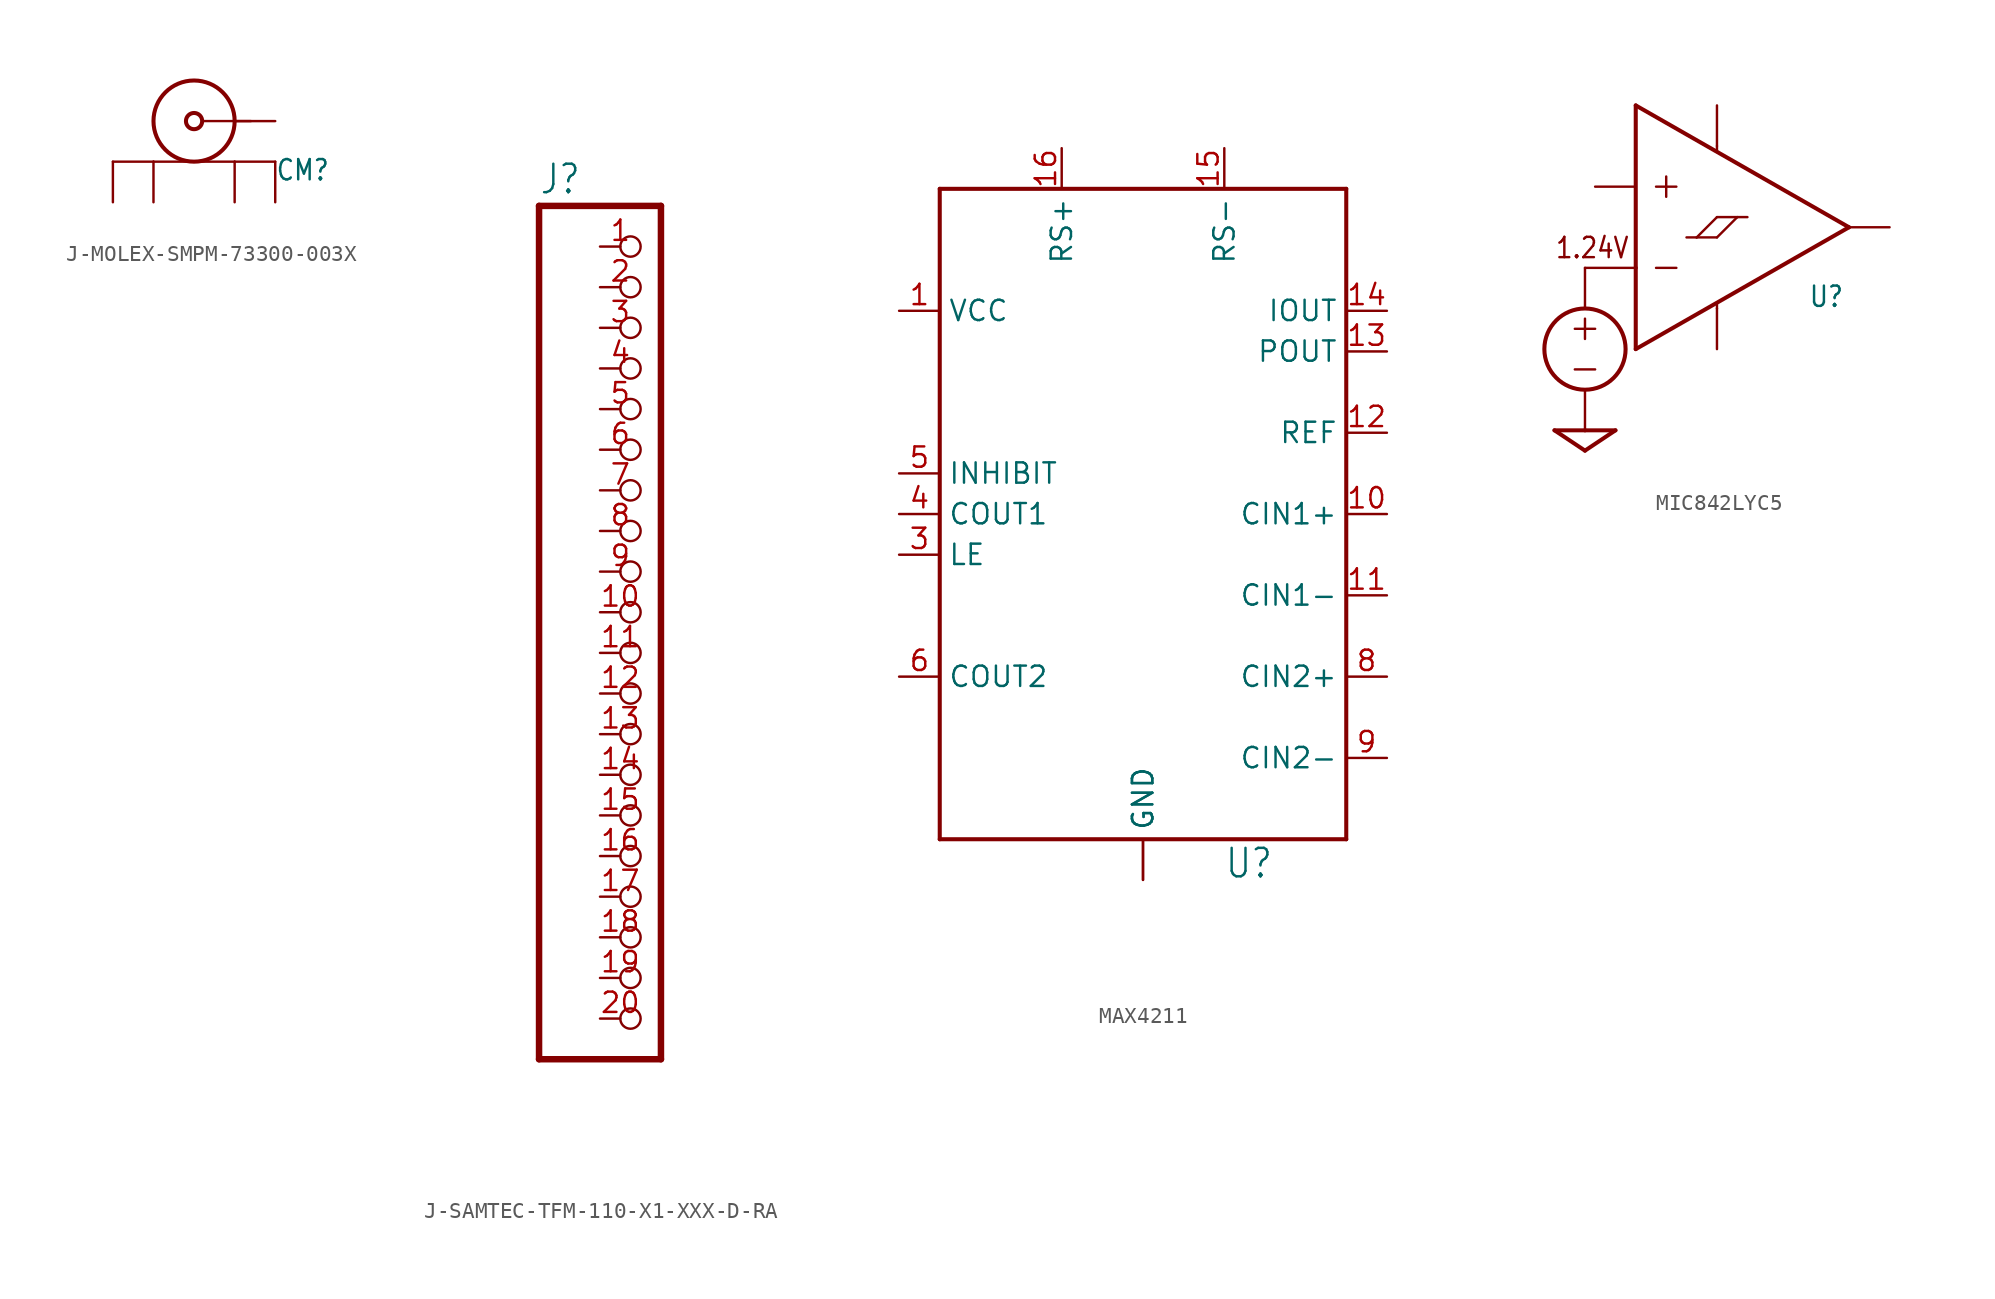
<source format=kicad_sym>
(kicad_symbol_lib
  (version 20220914)
  (generator kicad_symbol_editor)
  (symbol "J-MOLEX-SMPM-73300-003X"
    (property "Reference" "CM"
      (at 5.08 -3.81 0)
      (effects (font (size 1.27 1.079)) (justify left bottom)))
    (property "Value" ""
      (at 5.08 -6.35 0)
      (effects (font (size 1.27 1.079)) (justify left bottom)))
    (property "ki_locked" ""
      (at 0 0 0)
      (effects (font (size 1.27 1.27))))
    (symbol "J-MOLEX-SMPM-73300-003X_1_0"
      (polyline (pts (xy -5.08 -2.54) (xy -2.54 -2.54)) (stroke (width 0.152) (type solid)) (fill (type none)))
      (polyline (pts (xy -2.54 -2.54) (xy 2.54 -2.54)) (stroke (width 0.152) (type solid)) (fill (type none)))
      (polyline (pts (xy 0.508 0) (xy 3.556 0)) (stroke (width 0.152) (type solid)) (fill (type none)))
      (polyline (pts (xy 5.08 -2.54) (xy 2.54 -2.54)) (stroke (width 0.152) (type solid)) (fill (type none)))
      (circle (center 0 0) (radius 0.508) (stroke (width 0.254) (type solid)) (fill (type none)))
      (circle (center 0 0) (radius 2.54) (stroke (width 0.254) (type solid)) (fill (type none)))
      (pin passive line (at -5.08 -5.08 90) (length 2.54) (name "SHIELD3" (effects (font (size 0 0)))) (number "P$1" (effects (font (size 0 0)))))
      (pin passive line (at 5.08 -5.08 90) (length 2.54) (name "SHIELD2" (effects (font (size 0 0)))) (number "P$2" (effects (font (size 0 0)))))
      (pin passive line (at -2.54 -5.08 90) (length 2.54) (name "SHIELD1" (effects (font (size 0 0)))) (number "P$3" (effects (font (size 0 0)))))
      (pin passive line (at 2.54 -5.08 90) (length 2.54) (name "SHIELD" (effects (font (size 0 0)))) (number "P$4" (effects (font (size 0 0)))))
      (pin passive line (at 5.08 0 180) (length 2.54) (name "CENTER" (effects (font (size 0 0)))) (number "RF" (effects (font (size 0 0)))))))
  (symbol "J-SAMTEC-TFM-110-X1-XXX-D-RA"
    (property "Reference" "J"
      (at -6.35 26.035 0)
      (effects (font (size 1.778 1.511)) (justify left bottom)))
    (property "Value" ""
      (at -6.35 -30.48 0)
      (effects (font (size 1.778 1.511)) (justify left bottom)))
    (property "ki_locked" ""
      (at 0 0 0)
      (effects (font (size 1.27 1.27))))
    (symbol "J-SAMTEC-TFM-110-X1-XXX-D-RA_1_0"
      (polyline (pts (xy -6.35 -27.94) (xy 1.27 -27.94)) (stroke (width 0.406) (type solid)) (fill (type none)))
      (polyline (pts (xy -6.35 25.4) (xy -6.35 -27.94)) (stroke (width 0.406) (type solid)) (fill (type none)))
      (polyline (pts (xy 1.27 -27.94) (xy 1.27 25.4)) (stroke (width 0.406) (type solid)) (fill (type none)))
      (polyline (pts (xy 1.27 25.4) (xy -6.35 25.4)) (stroke (width 0.406) (type solid)) (fill (type none)))
      (pin passive inverted (at -2.54 22.86 0) (length 2.54) (name "1" (effects (font (size 0 0)))) (number "1" (effects (font (size 1.27 1.27)))))
      (pin passive inverted (at -2.54 0 0) (length 2.54) (name "10" (effects (font (size 0 0)))) (number "10" (effects (font (size 1.27 1.27)))))
      (pin passive inverted (at -2.54 -2.54 0) (length 2.54) (name "11" (effects (font (size 0 0)))) (number "11" (effects (font (size 1.27 1.27)))))
      (pin passive inverted (at -2.54 -5.08 0) (length 2.54) (name "12" (effects (font (size 0 0)))) (number "12" (effects (font (size 1.27 1.27)))))
      (pin passive inverted (at -2.54 -7.62 0) (length 2.54) (name "13" (effects (font (size 0 0)))) (number "13" (effects (font (size 1.27 1.27)))))
      (pin passive inverted (at -2.54 -10.16 0) (length 2.54) (name "14" (effects (font (size 0 0)))) (number "14" (effects (font (size 1.27 1.27)))))
      (pin passive inverted (at -2.54 -12.7 0) (length 2.54) (name "15" (effects (font (size 0 0)))) (number "15" (effects (font (size 1.27 1.27)))))
      (pin passive inverted (at -2.54 -15.24 0) (length 2.54) (name "16" (effects (font (size 0 0)))) (number "16" (effects (font (size 1.27 1.27)))))
      (pin passive inverted (at -2.54 -17.78 0) (length 2.54) (name "17" (effects (font (size 0 0)))) (number "17" (effects (font (size 1.27 1.27)))))
      (pin passive inverted (at -2.54 -20.32 0) (length 2.54) (name "18" (effects (font (size 0 0)))) (number "18" (effects (font (size 1.27 1.27)))))
      (pin passive inverted (at -2.54 -22.86 0) (length 2.54) (name "19" (effects (font (size 0 0)))) (number "19" (effects (font (size 1.27 1.27)))))
      (pin passive inverted (at -2.54 20.32 0) (length 2.54) (name "2" (effects (font (size 0 0)))) (number "2" (effects (font (size 1.27 1.27)))))
      (pin passive inverted (at -2.54 -25.4 0) (length 2.54) (name "20" (effects (font (size 0 0)))) (number "20" (effects (font (size 1.27 1.27)))))
      (pin passive inverted (at -2.54 17.78 0) (length 2.54) (name "3" (effects (font (size 0 0)))) (number "3" (effects (font (size 1.27 1.27)))))
      (pin passive inverted (at -2.54 15.24 0) (length 2.54) (name "4" (effects (font (size 0 0)))) (number "4" (effects (font (size 1.27 1.27)))))
      (pin passive inverted (at -2.54 12.7 0) (length 2.54) (name "5" (effects (font (size 0 0)))) (number "5" (effects (font (size 1.27 1.27)))))
      (pin passive inverted (at -2.54 10.16 0) (length 2.54) (name "6" (effects (font (size 0 0)))) (number "6" (effects (font (size 1.27 1.27)))))
      (pin passive inverted (at -2.54 7.62 0) (length 2.54) (name "7" (effects (font (size 0 0)))) (number "7" (effects (font (size 1.27 1.27)))))
      (pin passive inverted (at -2.54 5.08 0) (length 2.54) (name "8" (effects (font (size 0 0)))) (number "8" (effects (font (size 1.27 1.27)))))
      (pin passive inverted (at -2.54 2.54 0) (length 2.54) (name "9" (effects (font (size 0 0)))) (number "9" (effects (font (size 1.27 1.27)))))))
  (symbol "MAX4211"
    (property "Reference" "U"
      (at 5.08 -25.4 0)
      (effects (font (size 1.778 1.511)) (justify left bottom)))
    (property "Value" ""
      (at 5.08 -27.94 0)
      (effects (font (size 1.778 1.511)) (justify left bottom)))
    (property "ki_locked" ""
      (at 0 0 0)
      (effects (font (size 1.27 1.27))))
    (symbol "MAX4211_1_0"
      (polyline (pts (xy -12.7 -22.86) (xy -12.7 17.78)) (stroke (width 0.254) (type solid)) (fill (type none)))
      (polyline (pts (xy -12.7 17.78) (xy 12.7 17.78)) (stroke (width 0.254) (type solid)) (fill (type none)))
      (polyline (pts (xy 12.7 -22.86) (xy -12.7 -22.86)) (stroke (width 0.254) (type solid)) (fill (type none)))
      (polyline (pts (xy 12.7 17.78) (xy 12.7 -22.86)) (stroke (width 0.254) (type solid)) (fill (type none)))
      (pin power_in line (at -15.24 10.16 0) (length 2.54) (name "VCC" (effects (font (size 1.27 1.27)))) (number "1" (effects (font (size 1.27 1.27)))))
      (pin input line (at 15.24 -2.54 180) (length 2.54) (name "CIN1+" (effects (font (size 1.27 1.27)))) (number "10" (effects (font (size 1.27 1.27)))))
      (pin input line (at 15.24 -7.62 180) (length 2.54) (name "CIN1-" (effects (font (size 1.27 1.27)))) (number "11" (effects (font (size 1.27 1.27)))))
      (pin output line (at 15.24 2.54 180) (length 2.54) (name "REF" (effects (font (size 1.27 1.27)))) (number "12" (effects (font (size 1.27 1.27)))))
      (pin output line (at 15.24 7.62 180) (length 2.54) (name "POUT" (effects (font (size 1.27 1.27)))) (number "13" (effects (font (size 1.27 1.27)))))
      (pin output line (at 15.24 10.16 180) (length 2.54) (name "IOUT" (effects (font (size 1.27 1.27)))) (number "14" (effects (font (size 1.27 1.27)))))
      (pin passive line (at 5.08 20.32 270) (length 2.54) (name "RS-" (effects (font (size 1.27 1.27)))) (number "15" (effects (font (size 1.27 1.27)))))
      (pin passive line (at -5.08 20.32 270) (length 2.54) (name "RS+" (effects (font (size 1.27 1.27)))) (number "16" (effects (font (size 1.27 1.27)))))
      (pin input line (at -15.24 -5.08 0) (length 2.54) (name "LE" (effects (font (size 1.27 1.27)))) (number "3" (effects (font (size 1.27 1.27)))))
      (pin open_collector line (at -15.24 -2.54 0) (length 2.54) (name "COUT1" (effects (font (size 1.27 1.27)))) (number "4" (effects (font (size 1.27 1.27)))))
      (pin input line (at -15.24 0 0) (length 2.54) (name "INHIBIT" (effects (font (size 1.27 1.27)))) (number "5" (effects (font (size 1.27 1.27)))))
      (pin open_collector line (at -15.24 -12.7 0) (length 2.54) (name "COUT2" (effects (font (size 1.27 1.27)))) (number "6" (effects (font (size 1.27 1.27)))))
      (pin power_in line (at 0 -25.4 90) (length 2.54) (name "GND" (effects (font (size 1.27 1.27)))) (number "7" (effects (font (size 0 0)))))
      (pin input line (at 15.24 -12.7 180) (length 2.54) (name "CIN2+" (effects (font (size 1.27 1.27)))) (number "8" (effects (font (size 1.27 1.27)))))
      (pin input line (at 15.24 -17.78 180) (length 2.54) (name "CIN2-" (effects (font (size 1.27 1.27)))) (number "9" (effects (font (size 1.27 1.27)))))
      (pin power_in line (at 0 -25.4 90) (length 2.54) (name "GND" (effects (font (size 1.27 1.27)))) (number "EPAD" (effects (font (size 0 0)))))))
  (symbol "MIC842LYC5"
    (property "Reference" "U"
      (at 5.715 -5.08 0)
      (effects (font (size 1.27 1.079)) (justify left bottom)))
    (property "Value" ""
      (at 5.715 -6.35 0)
      (effects (font (size 1.27 1.079)) (justify left bottom)))
    (property "ki_locked" ""
      (at 0 0 0)
      (effects (font (size 1.27 1.27))))
    (symbol "MIC842LYC5_1_0"
      (circle (center -8.255 -7.62) (radius 2.54) (stroke (width 0.254) (type solid)) (fill (type none)))
      (polyline (pts (xy -8.89 -8.89) (xy -7.62 -8.89)) (stroke (width 0.152) (type solid)) (fill (type none)))
      (polyline (pts (xy -8.89 -6.35) (xy -7.62 -6.35)) (stroke (width 0.152) (type solid)) (fill (type none)))
      (polyline (pts (xy -8.255 -13.97) (xy -10.16 -12.7)) (stroke (width 0.254) (type solid)) (fill (type none)))
      (polyline (pts (xy -8.255 -12.7) (xy -10.16 -12.7)) (stroke (width 0.254) (type solid)) (fill (type none)))
      (polyline (pts (xy -8.255 -12.7) (xy -6.35 -12.7)) (stroke (width 0.254) (type solid)) (fill (type none)))
      (polyline (pts (xy -8.255 -10.16) (xy -8.255 -12.7)) (stroke (width 0.152) (type solid)) (fill (type none)))
      (polyline (pts (xy -8.255 -5.715) (xy -8.255 -6.985)) (stroke (width 0.152) (type solid)) (fill (type none)))
      (polyline (pts (xy -8.255 -2.54) (xy -8.255 -5.08)) (stroke (width 0.152) (type solid)) (fill (type none)))
      (polyline (pts (xy -6.35 -12.7) (xy -8.255 -13.97)) (stroke (width 0.254) (type solid)) (fill (type none)))
      (polyline (pts (xy -5.08 -7.62) (xy 8.255 0)) (stroke (width 0.254) (type solid)) (fill (type none)))
      (polyline (pts (xy -5.08 -2.54) (xy -8.255 -2.54)) (stroke (width 0.152) (type solid)) (fill (type none)))
      (polyline (pts (xy -5.08 -2.54) (xy -5.08 -7.62)) (stroke (width 0.254) (type solid)) (fill (type none)))
      (polyline (pts (xy -5.08 7.62) (xy -5.08 -2.54)) (stroke (width 0.254) (type solid)) (fill (type none)))
      (polyline (pts (xy -3.81 -2.54) (xy -2.54 -2.54)) (stroke (width 0.152) (type solid)) (fill (type none)))
      (polyline (pts (xy -3.81 2.54) (xy -2.54 2.54)) (stroke (width 0.152) (type solid)) (fill (type none)))
      (polyline (pts (xy -3.175 3.175) (xy -3.175 1.905)) (stroke (width 0.152) (type solid)) (fill (type none)))
      (polyline (pts (xy -1.905 -0.635) (xy -1.27 -0.635)) (stroke (width 0.152) (type solid)) (fill (type none)))
      (polyline (pts (xy -1.27 -0.635) (xy 0 -0.635)) (stroke (width 0.152) (type solid)) (fill (type none)))
      (polyline (pts (xy 0 -5.08) (xy 0 -4.826)) (stroke (width 0.152) (type solid)) (fill (type none)))
      (polyline (pts (xy 0 -0.635) (xy 1.27 0.635)) (stroke (width 0.152) (type solid)) (fill (type none)))
      (polyline (pts (xy 0 0.635) (xy -1.27 -0.635)) (stroke (width 0.152) (type solid)) (fill (type none)))
      (polyline (pts (xy 0 5.08) (xy 0 4.826)) (stroke (width 0.152) (type solid)) (fill (type none)))
      (polyline (pts (xy 1.27 0.635) (xy 0 0.635)) (stroke (width 0.152) (type solid)) (fill (type none)))
      (polyline (pts (xy 1.27 0.635) (xy 1.905 0.635)) (stroke (width 0.152) (type solid)) (fill (type none)))
      (polyline (pts (xy 8.255 0) (xy -5.08 7.62)) (stroke (width 0.254) (type solid)) (fill (type none)))
      (text "1.24V" (at -10.16 -2.032 0) (effects (font (size 1.27 1.079)) (justify left bottom)))
      (pin input line (at -7.62 2.54 0) (length 2.54) (name "INP" (effects (font (size 0 0)))) (number "1" (effects (font (size 0 0)))))
      (pin power_in line (at 0 -7.62 90) (length 2.54) (name "GND" (effects (font (size 0 0)))) (number "2" (effects (font (size 0 0)))))
      (pin output line (at 10.795 0 180) (length 2.54) (name "OUT" (effects (font (size 0 0)))) (number "4" (effects (font (size 0 0)))))
      (pin power_in line (at 0 7.62 270) (length 2.54) (name "VDD" (effects (font (size 0 0)))) (number "5" (effects (font (size 0 0))))))))
</source>
